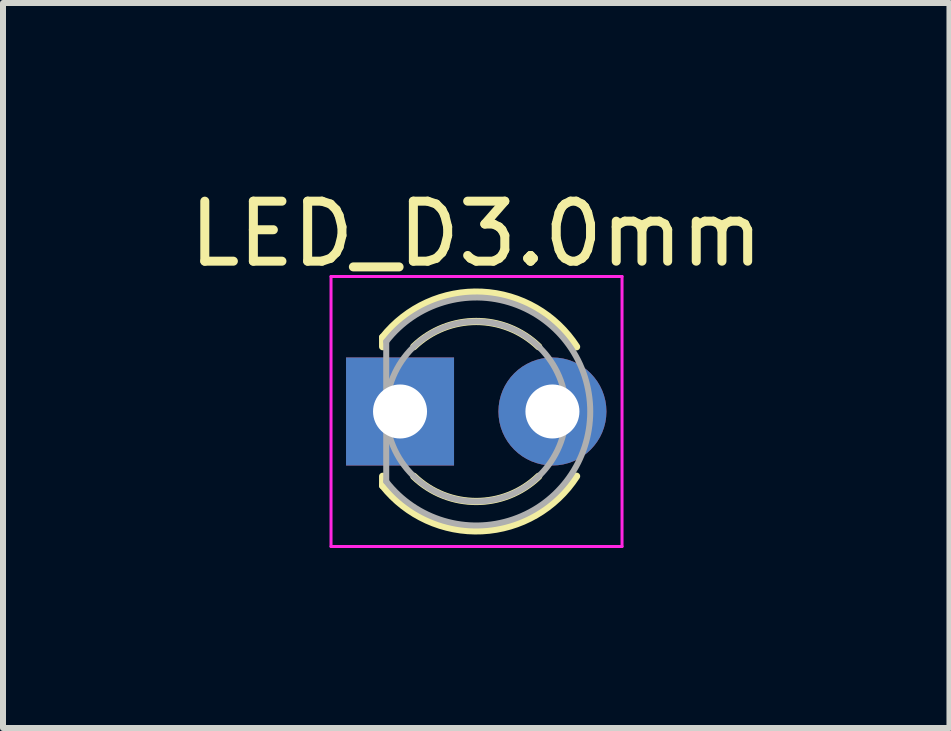
<source format=kicad_pcb>
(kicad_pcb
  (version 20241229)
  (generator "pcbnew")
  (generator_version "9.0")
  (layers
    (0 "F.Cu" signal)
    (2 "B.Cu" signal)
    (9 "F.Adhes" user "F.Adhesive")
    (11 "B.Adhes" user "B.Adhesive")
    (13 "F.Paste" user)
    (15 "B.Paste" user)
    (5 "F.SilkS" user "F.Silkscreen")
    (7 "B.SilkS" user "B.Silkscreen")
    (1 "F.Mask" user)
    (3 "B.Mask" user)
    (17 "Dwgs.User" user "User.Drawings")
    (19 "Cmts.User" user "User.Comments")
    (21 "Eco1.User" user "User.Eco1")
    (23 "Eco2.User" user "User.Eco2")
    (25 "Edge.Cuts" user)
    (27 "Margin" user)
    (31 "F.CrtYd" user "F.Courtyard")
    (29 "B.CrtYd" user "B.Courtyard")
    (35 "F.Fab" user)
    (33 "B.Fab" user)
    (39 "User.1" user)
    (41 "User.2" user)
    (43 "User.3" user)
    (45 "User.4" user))
  (footprint "LED_D3.0mm"
    (layer "F.Cu")
    (at 3.617 3.808)
    (property "Reference" "LED_D3.0mm" (at 1.27 -2.96 0) (layer "F.SilkS") (effects (font (size 1 1) (thickness 0.15))))
    (attr through_hole)
    (fp_line (start -0.29 -1.236) (end -0.29 -1.08) (stroke (width 0.12) (type solid)) (layer "F.SilkS"))
    (fp_line (start -0.29 1.08) (end -0.29 1.236) (stroke (width 0.12) (type solid)) (layer "F.SilkS"))
    (fp_arc (start -0.29 -1.235516) (mid 1.366487 -1.987659) (end 2.942335 -1.078608) (stroke (width 0.12) (type solid)) (layer "F.SilkS"))
    (fp_arc (start 0.229039 -1.08) (mid 1.270117 -1.5) (end 2.31113 -1.079837) (stroke (width 0.12) (type solid)) (layer "F.SilkS"))
    (fp_arc (start 2.31113 1.079837) (mid 1.270117 1.5) (end 0.229039 1.08) (stroke (width 0.12) (type solid)) (layer "F.SilkS"))
    (fp_arc (start 2.942335 1.078608) (mid 1.366487 1.987659) (end -0.29 1.235516) (stroke (width 0.12) (type solid)) (layer "F.SilkS"))
    (fp_line (start -1.15 -2.25) (end -1.15 2.25) (stroke (width 0.05) (type solid)) (layer "F.CrtYd"))
    (fp_line (start -1.15 2.25) (end 3.7 2.25) (stroke (width 0.05) (type solid)) (layer "F.CrtYd"))
    (fp_line (start 3.7 -2.25) (end -1.15 -2.25) (stroke (width 0.05) (type solid)) (layer "F.CrtYd"))
    (fp_line (start 3.7 2.25) (end 3.7 -2.25) (stroke (width 0.05) (type solid)) (layer "F.CrtYd"))
    (fp_line (start -0.23 -1.166) (end -0.23 1.166) (stroke (width 0.1) (type solid)) (layer "F.Fab"))
    (fp_arc (start -0.23 -1.16619) (mid 3.17 0.000452) (end -0.230555 1.165476) (stroke (width 0.1) (type solid)) (layer "F.Fab"))
    (fp_circle (center 1.27 0) (end 2.77 0) (stroke (width 0.1) (type solid)) (fill no) (layer "F.Fab"))
    (pad "1" thru_hole rect (at 0 0) (size 1.8 1.8) (drill 0.9) (layers "*.Cu" "*.Mask"))
    (pad "2" thru_hole circle (at 2.54 0) (size 1.8 1.8) (drill 0.9) (layers "*.Cu" "*.Mask")))
  (gr_rect
    (start -3 -3)
    (end 12.774 9.083)
    (stroke (width 0.1) (type default))
    (fill no)
    (layer "Edge.Cuts")))
</source>
